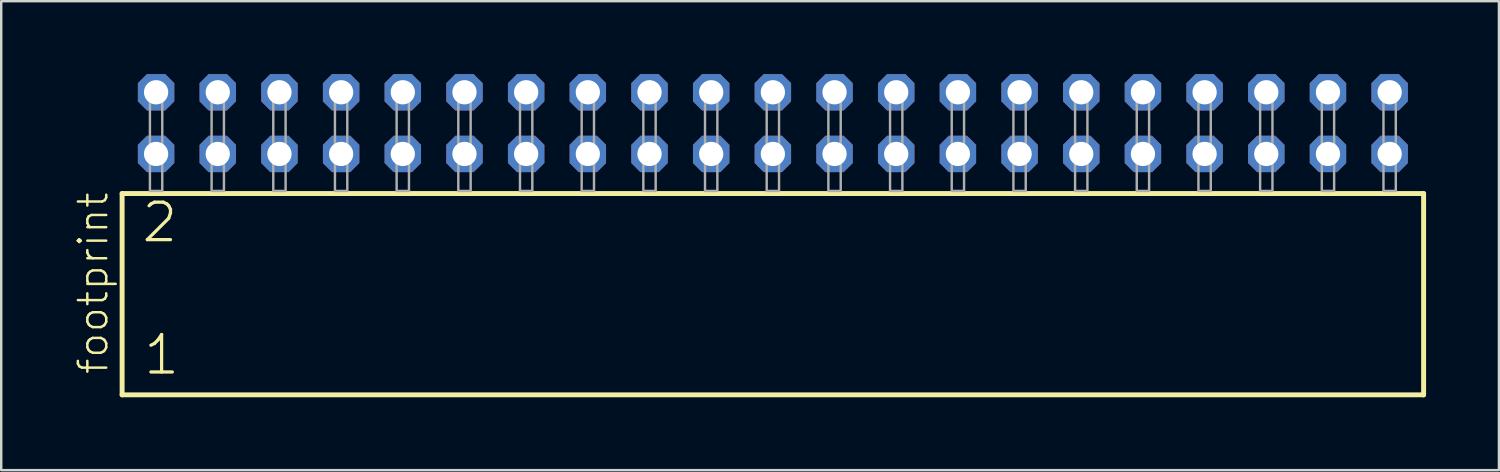
<source format=kicad_pcb>
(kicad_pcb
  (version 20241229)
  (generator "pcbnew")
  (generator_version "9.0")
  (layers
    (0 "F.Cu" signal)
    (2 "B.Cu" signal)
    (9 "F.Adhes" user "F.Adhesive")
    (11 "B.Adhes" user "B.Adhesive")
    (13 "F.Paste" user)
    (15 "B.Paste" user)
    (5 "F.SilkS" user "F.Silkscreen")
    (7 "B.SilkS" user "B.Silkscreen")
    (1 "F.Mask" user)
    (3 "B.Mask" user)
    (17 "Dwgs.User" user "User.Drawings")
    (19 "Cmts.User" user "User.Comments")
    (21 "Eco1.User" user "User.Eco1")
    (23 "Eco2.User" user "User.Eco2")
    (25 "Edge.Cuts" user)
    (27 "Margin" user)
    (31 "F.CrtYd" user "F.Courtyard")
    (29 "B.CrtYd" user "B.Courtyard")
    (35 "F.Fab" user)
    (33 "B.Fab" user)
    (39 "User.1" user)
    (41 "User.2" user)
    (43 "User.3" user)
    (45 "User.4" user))
  (footprint "footprint"
    (layer "F.Cu")
    (at 28.778 4.814)
    (property "Reference" "footprint" (at -27.305 7.62 90) (layer "F.SilkS") (effects (font (size 1.168 1.168) (thickness 0.102)) (justify left bottom)))
    (fp_line (start -26.799 0.106) (end -26.799 8.396) (stroke (width 0.203) (type solid)) (layer "F.SilkS"))
    (fp_line (start -26.799 8.396) (end 26.799 8.396) (stroke (width 0.203) (type solid)) (layer "F.SilkS"))
    (fp_line (start 26.799 0.106) (end -26.799 0.106) (stroke (width 0.203) (type solid)) (layer "F.SilkS"))
    (fp_line (start 26.799 8.396) (end 26.799 0.106) (stroke (width 0.203) (type solid)) (layer "F.SilkS"))
    (fp_poly (pts (xy -25.654 0) (xy -25.146 0) (xy -25.146 -4.318) (xy -25.654 -4.318)) (stroke (width 0.1) (type solid)) (fill no) (layer "F.Fab"))
    (fp_poly (pts (xy -23.114 0) (xy -22.606 0) (xy -22.606 -4.318) (xy -23.114 -4.318)) (stroke (width 0.1) (type solid)) (fill no) (layer "F.Fab"))
    (fp_poly (pts (xy -20.574 0) (xy -20.066 0) (xy -20.066 -4.318) (xy -20.574 -4.318)) (stroke (width 0.1) (type solid)) (fill no) (layer "F.Fab"))
    (fp_poly (pts (xy -18.034 0) (xy -17.526 0) (xy -17.526 -4.318) (xy -18.034 -4.318)) (stroke (width 0.1) (type solid)) (fill no) (layer "F.Fab"))
    (fp_poly (pts (xy -15.494 0) (xy -14.986 0) (xy -14.986 -4.318) (xy -15.494 -4.318)) (stroke (width 0.1) (type solid)) (fill no) (layer "F.Fab"))
    (fp_poly (pts (xy -12.954 0) (xy -12.446 0) (xy -12.446 -4.318) (xy -12.954 -4.318)) (stroke (width 0.1) (type solid)) (fill no) (layer "F.Fab"))
    (fp_poly (pts (xy -10.414 0) (xy -9.906 0) (xy -9.906 -4.318) (xy -10.414 -4.318)) (stroke (width 0.1) (type solid)) (fill no) (layer "F.Fab"))
    (fp_poly (pts (xy -7.874 0) (xy -7.366 0) (xy -7.366 -4.318) (xy -7.874 -4.318)) (stroke (width 0.1) (type solid)) (fill no) (layer "F.Fab"))
    (fp_poly (pts (xy -5.334 0) (xy -4.826 0) (xy -4.826 -4.318) (xy -5.334 -4.318)) (stroke (width 0.1) (type solid)) (fill no) (layer "F.Fab"))
    (fp_poly (pts (xy -2.794 0) (xy -2.286 0) (xy -2.286 -4.318) (xy -2.794 -4.318)) (stroke (width 0.1) (type solid)) (fill no) (layer "F.Fab"))
    (fp_poly (pts (xy -0.254 0) (xy 0.254 0) (xy 0.254 -4.318) (xy -0.254 -4.318)) (stroke (width 0.1) (type solid)) (fill no) (layer "F.Fab"))
    (fp_poly (pts (xy 2.286 0) (xy 2.794 0) (xy 2.794 -4.318) (xy 2.286 -4.318)) (stroke (width 0.1) (type solid)) (fill no) (layer "F.Fab"))
    (fp_poly (pts (xy 4.826 0) (xy 5.334 0) (xy 5.334 -4.318) (xy 4.826 -4.318)) (stroke (width 0.1) (type solid)) (fill no) (layer "F.Fab"))
    (fp_poly (pts (xy 7.366 0) (xy 7.874 0) (xy 7.874 -4.318) (xy 7.366 -4.318)) (stroke (width 0.1) (type solid)) (fill no) (layer "F.Fab"))
    (fp_poly (pts (xy 9.906 0) (xy 10.414 0) (xy 10.414 -4.318) (xy 9.906 -4.318)) (stroke (width 0.1) (type solid)) (fill no) (layer "F.Fab"))
    (fp_poly (pts (xy 12.446 0) (xy 12.954 0) (xy 12.954 -4.318) (xy 12.446 -4.318)) (stroke (width 0.1) (type solid)) (fill no) (layer "F.Fab"))
    (fp_poly (pts (xy 14.986 0) (xy 15.494 0) (xy 15.494 -4.318) (xy 14.986 -4.318)) (stroke (width 0.1) (type solid)) (fill no) (layer "F.Fab"))
    (fp_poly (pts (xy 17.526 0) (xy 18.034 0) (xy 18.034 -4.318) (xy 17.526 -4.318)) (stroke (width 0.1) (type solid)) (fill no) (layer "F.Fab"))
    (fp_poly (pts (xy 20.066 0) (xy 20.574 0) (xy 20.574 -4.318) (xy 20.066 -4.318)) (stroke (width 0.1) (type solid)) (fill no) (layer "F.Fab"))
    (fp_poly (pts (xy 22.606 0) (xy 23.114 0) (xy 23.114 -4.318) (xy 22.606 -4.318)) (stroke (width 0.1) (type solid)) (fill no) (layer "F.Fab"))
    (fp_poly (pts (xy 25.146 0) (xy 25.654 0) (xy 25.654 -4.318) (xy 25.146 -4.318)) (stroke (width 0.1) (type solid)) (fill no) (layer "F.Fab"))
    (fp_text user "2" (at -26.07 2.2 0) (layer "F.SilkS") (effects (font (size 1.542 1.542) (thickness 0.134)) (justify left bottom)))
    (fp_text user "1" (at -25.995 7.65 0) (layer "F.SilkS") (effects (font (size 1.542 1.542) (thickness 0.134)) (justify left bottom)))
    (pad "1" thru_hole roundrect (at -25.4 -1.524) (size 1.5 1.5) (drill 1) (layers "*.Cu" "*.Mask") (roundrect_rratio 0.25) (chamfer_ratio 0.25) (chamfer top_left top_right bottom_left bottom_right))
    (pad "2" thru_hole roundrect (at -25.4 -4.064) (size 1.5 1.5) (drill 1) (layers "*.Cu" "*.Mask") (roundrect_rratio 0.25) (chamfer_ratio 0.25) (chamfer top_left top_right bottom_left bottom_right))
    (pad "3" thru_hole roundrect (at -22.86 -1.524) (size 1.5 1.5) (drill 1) (layers "*.Cu" "*.Mask") (roundrect_rratio 0.25) (chamfer_ratio 0.25) (chamfer top_left top_right bottom_left bottom_right))
    (pad "4" thru_hole roundrect (at -22.86 -4.064) (size 1.5 1.5) (drill 1) (layers "*.Cu" "*.Mask") (roundrect_rratio 0.25) (chamfer_ratio 0.25) (chamfer top_left top_right bottom_left bottom_right))
    (pad "5" thru_hole roundrect (at -20.32 -1.524) (size 1.5 1.5) (drill 1) (layers "*.Cu" "*.Mask") (roundrect_rratio 0.25) (chamfer_ratio 0.25) (chamfer top_left top_right bottom_left bottom_right))
    (pad "6" thru_hole roundrect (at -20.32 -4.064) (size 1.5 1.5) (drill 1) (layers "*.Cu" "*.Mask") (roundrect_rratio 0.25) (chamfer_ratio 0.25) (chamfer top_left top_right bottom_left bottom_right))
    (pad "7" thru_hole roundrect (at -17.78 -1.524) (size 1.5 1.5) (drill 1) (layers "*.Cu" "*.Mask") (roundrect_rratio 0.25) (chamfer_ratio 0.25) (chamfer top_left top_right bottom_left bottom_right))
    (pad "8" thru_hole roundrect (at -17.78 -4.064) (size 1.5 1.5) (drill 1) (layers "*.Cu" "*.Mask") (roundrect_rratio 0.25) (chamfer_ratio 0.25) (chamfer top_left top_right bottom_left bottom_right))
    (pad "9" thru_hole roundrect (at -15.24 -1.524) (size 1.5 1.5) (drill 1) (layers "*.Cu" "*.Mask") (roundrect_rratio 0.25) (chamfer_ratio 0.25) (chamfer top_left top_right bottom_left bottom_right))
    (pad "10" thru_hole roundrect (at -15.24 -4.064) (size 1.5 1.5) (drill 1) (layers "*.Cu" "*.Mask") (roundrect_rratio 0.25) (chamfer_ratio 0.25) (chamfer top_left top_right bottom_left bottom_right))
    (pad "11" thru_hole roundrect (at -12.7 -1.524) (size 1.5 1.5) (drill 1) (layers "*.Cu" "*.Mask") (roundrect_rratio 0.25) (chamfer_ratio 0.25) (chamfer top_left top_right bottom_left bottom_right))
    (pad "12" thru_hole roundrect (at -12.7 -4.064) (size 1.5 1.5) (drill 1) (layers "*.Cu" "*.Mask") (roundrect_rratio 0.25) (chamfer_ratio 0.25) (chamfer top_left top_right bottom_left bottom_right))
    (pad "13" thru_hole roundrect (at -10.16 -1.524) (size 1.5 1.5) (drill 1) (layers "*.Cu" "*.Mask") (roundrect_rratio 0.25) (chamfer_ratio 0.25) (chamfer top_left top_right bottom_left bottom_right))
    (pad "14" thru_hole roundrect (at -10.16 -4.064) (size 1.5 1.5) (drill 1) (layers "*.Cu" "*.Mask") (roundrect_rratio 0.25) (chamfer_ratio 0.25) (chamfer top_left top_right bottom_left bottom_right))
    (pad "15" thru_hole roundrect (at -7.62 -1.524) (size 1.5 1.5) (drill 1) (layers "*.Cu" "*.Mask") (roundrect_rratio 0.25) (chamfer_ratio 0.25) (chamfer top_left top_right bottom_left bottom_right))
    (pad "16" thru_hole roundrect (at -7.62 -4.064) (size 1.5 1.5) (drill 1) (layers "*.Cu" "*.Mask") (roundrect_rratio 0.25) (chamfer_ratio 0.25) (chamfer top_left top_right bottom_left bottom_right))
    (pad "17" thru_hole roundrect (at -5.08 -1.524) (size 1.5 1.5) (drill 1) (layers "*.Cu" "*.Mask") (roundrect_rratio 0.25) (chamfer_ratio 0.25) (chamfer top_left top_right bottom_left bottom_right))
    (pad "18" thru_hole roundrect (at -5.08 -4.064) (size 1.5 1.5) (drill 1) (layers "*.Cu" "*.Mask") (roundrect_rratio 0.25) (chamfer_ratio 0.25) (chamfer top_left top_right bottom_left bottom_right))
    (pad "19" thru_hole roundrect (at -2.54 -1.524) (size 1.5 1.5) (drill 1) (layers "*.Cu" "*.Mask") (roundrect_rratio 0.25) (chamfer_ratio 0.25) (chamfer top_left top_right bottom_left bottom_right))
    (pad "20" thru_hole roundrect (at -2.54 -4.064) (size 1.5 1.5) (drill 1) (layers "*.Cu" "*.Mask") (roundrect_rratio 0.25) (chamfer_ratio 0.25) (chamfer top_left top_right bottom_left bottom_right))
    (pad "21" thru_hole roundrect (at 0 -1.524) (size 1.5 1.5) (drill 1) (layers "*.Cu" "*.Mask") (roundrect_rratio 0.25) (chamfer_ratio 0.25) (chamfer top_left top_right bottom_left bottom_right))
    (pad "22" thru_hole roundrect (at 0 -4.064) (size 1.5 1.5) (drill 1) (layers "*.Cu" "*.Mask") (roundrect_rratio 0.25) (chamfer_ratio 0.25) (chamfer top_left top_right bottom_left bottom_right))
    (pad "23" thru_hole roundrect (at 2.54 -1.524) (size 1.5 1.5) (drill 1) (layers "*.Cu" "*.Mask") (roundrect_rratio 0.25) (chamfer_ratio 0.25) (chamfer top_left top_right bottom_left bottom_right))
    (pad "24" thru_hole roundrect (at 2.54 -4.064) (size 1.5 1.5) (drill 1) (layers "*.Cu" "*.Mask") (roundrect_rratio 0.25) (chamfer_ratio 0.25) (chamfer top_left top_right bottom_left bottom_right))
    (pad "25" thru_hole roundrect (at 5.08 -1.524) (size 1.5 1.5) (drill 1) (layers "*.Cu" "*.Mask") (roundrect_rratio 0.25) (chamfer_ratio 0.25) (chamfer top_left top_right bottom_left bottom_right))
    (pad "26" thru_hole roundrect (at 5.08 -4.064) (size 1.5 1.5) (drill 1) (layers "*.Cu" "*.Mask") (roundrect_rratio 0.25) (chamfer_ratio 0.25) (chamfer top_left top_right bottom_left bottom_right))
    (pad "27" thru_hole roundrect (at 7.62 -1.524) (size 1.5 1.5) (drill 1) (layers "*.Cu" "*.Mask") (roundrect_rratio 0.25) (chamfer_ratio 0.25) (chamfer top_left top_right bottom_left bottom_right))
    (pad "28" thru_hole roundrect (at 7.62 -4.064) (size 1.5 1.5) (drill 1) (layers "*.Cu" "*.Mask") (roundrect_rratio 0.25) (chamfer_ratio 0.25) (chamfer top_left top_right bottom_left bottom_right))
    (pad "29" thru_hole roundrect (at 10.16 -1.524) (size 1.5 1.5) (drill 1) (layers "*.Cu" "*.Mask") (roundrect_rratio 0.25) (chamfer_ratio 0.25) (chamfer top_left top_right bottom_left bottom_right))
    (pad "30" thru_hole roundrect (at 10.16 -4.064) (size 1.5 1.5) (drill 1) (layers "*.Cu" "*.Mask") (roundrect_rratio 0.25) (chamfer_ratio 0.25) (chamfer top_left top_right bottom_left bottom_right))
    (pad "31" thru_hole roundrect (at 12.7 -1.524) (size 1.5 1.5) (drill 1) (layers "*.Cu" "*.Mask") (roundrect_rratio 0.25) (chamfer_ratio 0.25) (chamfer top_left top_right bottom_left bottom_right))
    (pad "32" thru_hole roundrect (at 12.7 -4.064) (size 1.5 1.5) (drill 1) (layers "*.Cu" "*.Mask") (roundrect_rratio 0.25) (chamfer_ratio 0.25) (chamfer top_left top_right bottom_left bottom_right))
    (pad "33" thru_hole roundrect (at 15.24 -1.524) (size 1.5 1.5) (drill 1) (layers "*.Cu" "*.Mask") (roundrect_rratio 0.25) (chamfer_ratio 0.25) (chamfer top_left top_right bottom_left bottom_right))
    (pad "34" thru_hole roundrect (at 15.24 -4.064) (size 1.5 1.5) (drill 1) (layers "*.Cu" "*.Mask") (roundrect_rratio 0.25) (chamfer_ratio 0.25) (chamfer top_left top_right bottom_left bottom_right))
    (pad "35" thru_hole roundrect (at 17.78 -1.524) (size 1.5 1.5) (drill 1) (layers "*.Cu" "*.Mask") (roundrect_rratio 0.25) (chamfer_ratio 0.25) (chamfer top_left top_right bottom_left bottom_right))
    (pad "36" thru_hole roundrect (at 17.78 -4.064) (size 1.5 1.5) (drill 1) (layers "*.Cu" "*.Mask") (roundrect_rratio 0.25) (chamfer_ratio 0.25) (chamfer top_left top_right bottom_left bottom_right))
    (pad "37" thru_hole roundrect (at 20.32 -1.524) (size 1.5 1.5) (drill 1) (layers "*.Cu" "*.Mask") (roundrect_rratio 0.25) (chamfer_ratio 0.25) (chamfer top_left top_right bottom_left bottom_right))
    (pad "38" thru_hole roundrect (at 20.32 -4.064) (size 1.5 1.5) (drill 1) (layers "*.Cu" "*.Mask") (roundrect_rratio 0.25) (chamfer_ratio 0.25) (chamfer top_left top_right bottom_left bottom_right))
    (pad "39" thru_hole roundrect (at 22.86 -1.524) (size 1.5 1.5) (drill 1) (layers "*.Cu" "*.Mask") (roundrect_rratio 0.25) (chamfer_ratio 0.25) (chamfer top_left top_right bottom_left bottom_right))
    (pad "40" thru_hole roundrect (at 22.86 -4.064) (size 1.5 1.5) (drill 1) (layers "*.Cu" "*.Mask") (roundrect_rratio 0.25) (chamfer_ratio 0.25) (chamfer top_left top_right bottom_left bottom_right))
    (pad "41" thru_hole roundrect (at 25.4 -1.524) (size 1.5 1.5) (drill 1) (layers "*.Cu" "*.Mask") (roundrect_rratio 0.25) (chamfer_ratio 0.25) (chamfer top_left top_right bottom_left bottom_right))
    (pad "42" thru_hole roundrect (at 25.4 -4.064) (size 1.5 1.5) (drill 1) (layers "*.Cu" "*.Mask") (roundrect_rratio 0.25) (chamfer_ratio 0.25) (chamfer top_left top_right bottom_left bottom_right)))
  (gr_rect
    (start -3 -3)
    (end 58.679 16.312)
    (stroke (width 0.1) (type default))
    (fill no)
    (layer "Edge.Cuts")))
</source>
